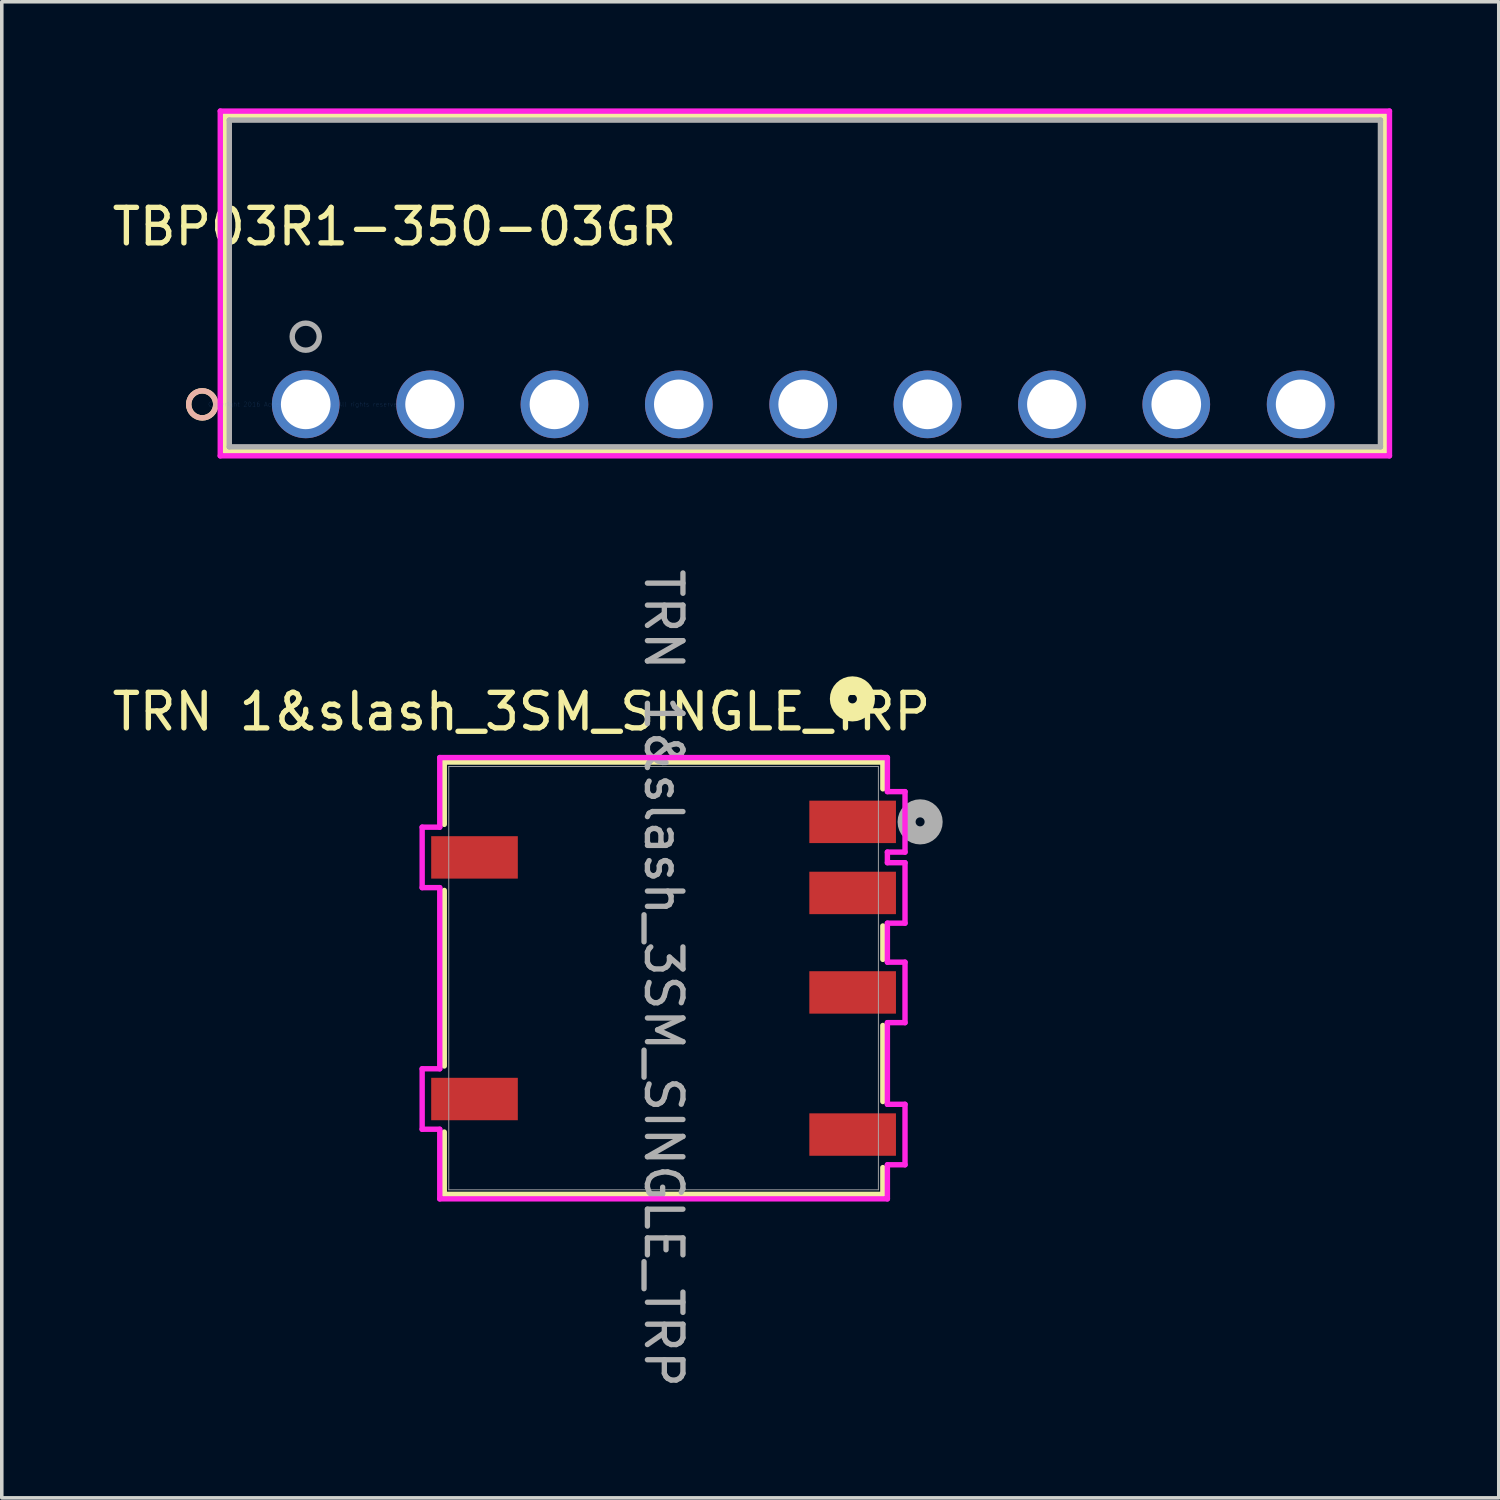
<source format=kicad_pcb>
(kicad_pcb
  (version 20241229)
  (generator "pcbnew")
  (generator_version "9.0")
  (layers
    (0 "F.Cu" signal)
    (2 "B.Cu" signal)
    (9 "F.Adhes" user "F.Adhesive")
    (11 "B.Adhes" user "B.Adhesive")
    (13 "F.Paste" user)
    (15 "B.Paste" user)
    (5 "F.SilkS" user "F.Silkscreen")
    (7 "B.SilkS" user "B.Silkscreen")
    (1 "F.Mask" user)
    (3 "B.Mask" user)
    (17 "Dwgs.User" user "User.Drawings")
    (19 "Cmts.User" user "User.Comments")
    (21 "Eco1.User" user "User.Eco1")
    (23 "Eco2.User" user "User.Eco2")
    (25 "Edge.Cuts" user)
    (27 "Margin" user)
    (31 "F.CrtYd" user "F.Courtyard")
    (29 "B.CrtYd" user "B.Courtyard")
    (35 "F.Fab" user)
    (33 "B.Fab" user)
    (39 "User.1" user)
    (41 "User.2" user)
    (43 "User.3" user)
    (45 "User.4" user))
  (footprint "TBP03R1-350-03GR"
    (layer "F.Cu")
    (at 5.554 8.33)
    (property "Reference" "TBP03R1-350-03GR" (at 2.5 -5 0) (layer "F.SilkS") (effects (font (size 1 1) (thickness 0.15))))
    (attr through_hole)
    (fp_line (start -2.278 -8.127) (end -2.278 1.322) (stroke (width 0.152) (type solid)) (layer "F.SilkS"))
    (fp_line (start -2.278 1.322) (end 30.373 1.322) (stroke (width 0.152) (type solid)) (layer "F.SilkS"))
    (fp_line (start 30.373 -8.127) (end -2.278 -8.127) (stroke (width 0.152) (type solid)) (layer "F.SilkS"))
    (fp_line (start 30.373 1.322) (end 30.373 -8.127) (stroke (width 0.152) (type solid)) (layer "F.SilkS"))
    (fp_circle (center -2.913 0) (end -2.532 0) (stroke (width 0.152) (type solid)) (fill no) (layer "F.SilkS"))
    (fp_circle (center -2.913 0) (end -2.532 0) (stroke (width 0.152) (type solid)) (fill no) (layer "B.SilkS"))
    (fp_line (start -2.405 -8.254) (end -2.405 1.449) (stroke (width 0.152) (type solid)) (layer "F.CrtYd"))
    (fp_line (start -2.405 1.449) (end 30.5 1.449) (stroke (width 0.152) (type solid)) (layer "F.CrtYd"))
    (fp_line (start 30.5 -8.254) (end -2.405 -8.254) (stroke (width 0.152) (type solid)) (layer "F.CrtYd"))
    (fp_line (start 30.5 1.449) (end 30.5 -8.254) (stroke (width 0.152) (type solid)) (layer "F.CrtYd"))
    (fp_line (start -2.151 -8) (end -2.151 1.195) (stroke (width 0.152) (type solid)) (layer "F.Fab"))
    (fp_line (start -2.151 1.195) (end 30.246 1.195) (stroke (width 0.152) (type solid)) (layer "F.Fab"))
    (fp_line (start 30.246 -8) (end -2.151 -8) (stroke (width 0.152) (type solid)) (layer "F.Fab"))
    (fp_line (start 30.246 1.195) (end 30.246 -8) (stroke (width 0.152) (type solid)) (layer "F.Fab"))
    (fp_circle (center 0 -1.905) (end 0.381 -1.905) (stroke (width 0.152) (type solid)) (fill no) (layer "F.Fab"))
    (fp_text user "Copyright 2016 Accelerated Designs. All rights reserved." (at 0 0 0) (layer "Cmts.User") (effects (font (size 0.127 0.127) (thickness 0.002))))
    (pad "1" thru_hole circle (at 0 0) (size 1.905 1.905) (drill 1.397) (layers "*.Cu" "*.Mask"))
    (pad "2" thru_hole circle (at 3.5 0) (size 1.905 1.905) (drill 1.397) (layers "*.Cu" "*.Mask"))
    (pad "3" thru_hole circle (at 7 0) (size 1.905 1.905) (drill 1.397) (layers "*.Cu" "*.Mask"))
    (pad "4" thru_hole circle (at 10.5 0) (size 1.905 1.905) (drill 1.397) (layers "*.Cu" "*.Mask"))
    (pad "5" thru_hole circle (at 14 0) (size 1.905 1.905) (drill 1.397) (layers "*.Cu" "*.Mask"))
    (pad "6" thru_hole circle (at 17.5 0) (size 1.905 1.905) (drill 1.397) (layers "*.Cu" "*.Mask"))
    (pad "7" thru_hole circle (at 21 0) (size 1.905 1.905) (drill 1.397) (layers "*.Cu" "*.Mask"))
    (pad "8" thru_hole circle (at 24.5 0) (size 1.905 1.905) (drill 1.397) (layers "*.Cu" "*.Mask"))
    (pad "9" thru_hole circle (at 28 0) (size 1.905 1.905) (drill 1.397) (layers "*.Cu" "*.Mask")))
  (footprint "TRN 1&slash_3SM_SINGLE_TRP"
    (layer "F.Cu")
    (at 17.125 23.98)
    (property "Reference" "TRN 1&slash_3SM_SINGLE_TRP" (at -5.5 -7 0) (unlocked yes) (layer "F.SilkS") (effects (font (size 1 1) (thickness 0.15))))
    (attr smd)
    (fp_line (start -7.672 -5.583) (end 4.672 -5.583) (stroke (width 0.152) (type solid)) (layer "F.SilkS"))
    (fp_line (start -7.672 -3.83) (end -7.672 -5.583) (stroke (width 0.152) (type solid)) (layer "F.SilkS"))
    (fp_line (start -7.672 2.97) (end -7.672 -1.97) (stroke (width 0.152) (type solid)) (layer "F.SilkS"))
    (fp_line (start -7.672 6.583) (end -7.672 4.83) (stroke (width 0.152) (type solid)) (layer "F.SilkS"))
    (fp_line (start 4.672 -5.583) (end 4.672 -4.83) (stroke (width 0.152) (type solid)) (layer "F.SilkS"))
    (fp_line (start 4.672 -0.97) (end 4.672 -0.03) (stroke (width 0.152) (type solid)) (layer "F.SilkS"))
    (fp_line (start 4.672 1.83) (end 4.672 3.97) (stroke (width 0.152) (type solid)) (layer "F.SilkS"))
    (fp_line (start 4.672 5.83) (end 4.672 6.583) (stroke (width 0.152) (type solid)) (layer "F.SilkS"))
    (fp_line (start 4.672 6.583) (end -7.672 6.583) (stroke (width 0.152) (type solid)) (layer "F.SilkS"))
    (fp_circle (center 3.815 -7.361) (end 3.815 -6.98) (stroke (width 0.508) (type solid)) (fill no) (layer "F.SilkS"))
    (fp_line (start -8.294 -3.751) (end -8.294 -2.049) (stroke (width 0.152) (type solid)) (layer "F.CrtYd"))
    (fp_line (start -8.294 -2.049) (end -7.799 -2.049) (stroke (width 0.152) (type solid)) (layer "F.CrtYd"))
    (fp_line (start -8.294 3.049) (end -8.294 4.751) (stroke (width 0.152) (type solid)) (layer "F.CrtYd"))
    (fp_line (start -8.294 4.751) (end -7.799 4.751) (stroke (width 0.152) (type solid)) (layer "F.CrtYd"))
    (fp_line (start -7.799 -5.71) (end -7.799 -3.751) (stroke (width 0.152) (type solid)) (layer "F.CrtYd"))
    (fp_line (start -7.799 -3.751) (end -8.294 -3.751) (stroke (width 0.152) (type solid)) (layer "F.CrtYd"))
    (fp_line (start -7.799 -2.049) (end -7.799 3.049) (stroke (width 0.152) (type solid)) (layer "F.CrtYd"))
    (fp_line (start -7.799 3.049) (end -8.294 3.049) (stroke (width 0.152) (type solid)) (layer "F.CrtYd"))
    (fp_line (start -7.799 4.751) (end -7.799 6.71) (stroke (width 0.152) (type solid)) (layer "F.CrtYd"))
    (fp_line (start -7.799 6.71) (end 4.799 6.71) (stroke (width 0.152) (type solid)) (layer "F.CrtYd"))
    (fp_line (start 4.799 -5.71) (end -7.799 -5.71) (stroke (width 0.152) (type solid)) (layer "F.CrtYd"))
    (fp_line (start 4.799 -4.751) (end 4.799 -5.71) (stroke (width 0.152) (type solid)) (layer "F.CrtYd"))
    (fp_line (start 4.799 -3.049) (end 5.295 -3.049) (stroke (width 0.152) (type solid)) (layer "F.CrtYd"))
    (fp_line (start 4.799 -2.751) (end 4.799 -3.049) (stroke (width 0.152) (type solid)) (layer "F.CrtYd"))
    (fp_line (start 4.799 -1.049) (end 5.295 -1.049) (stroke (width 0.152) (type solid)) (layer "F.CrtYd"))
    (fp_line (start 4.799 0.049) (end 4.799 -1.049) (stroke (width 0.152) (type solid)) (layer "F.CrtYd"))
    (fp_line (start 4.799 1.751) (end 5.295 1.751) (stroke (width 0.152) (type solid)) (layer "F.CrtYd"))
    (fp_line (start 4.799 4.049) (end 4.799 1.751) (stroke (width 0.152) (type solid)) (layer "F.CrtYd"))
    (fp_line (start 4.799 5.751) (end 5.295 5.751) (stroke (width 0.152) (type solid)) (layer "F.CrtYd"))
    (fp_line (start 4.799 6.71) (end 4.799 5.751) (stroke (width 0.152) (type solid)) (layer "F.CrtYd"))
    (fp_line (start 5.295 -4.751) (end 4.799 -4.751) (stroke (width 0.152) (type solid)) (layer "F.CrtYd"))
    (fp_line (start 5.295 -3.049) (end 5.295 -4.751) (stroke (width 0.152) (type solid)) (layer "F.CrtYd"))
    (fp_line (start 5.295 -2.751) (end 4.799 -2.751) (stroke (width 0.152) (type solid)) (layer "F.CrtYd"))
    (fp_line (start 5.295 -1.049) (end 5.295 -2.751) (stroke (width 0.152) (type solid)) (layer "F.CrtYd"))
    (fp_line (start 5.295 0.049) (end 4.799 0.049) (stroke (width 0.152) (type solid)) (layer "F.CrtYd"))
    (fp_line (start 5.295 1.751) (end 5.295 0.049) (stroke (width 0.152) (type solid)) (layer "F.CrtYd"))
    (fp_line (start 5.295 4.049) (end 4.799 4.049) (stroke (width 0.152) (type solid)) (layer "F.CrtYd"))
    (fp_line (start 5.295 5.751) (end 5.295 4.049) (stroke (width 0.152) (type solid)) (layer "F.CrtYd"))
    (fp_line (start -7.545 -5.456) (end -7.545 6.456) (stroke (width 0.025) (type solid)) (layer "F.Fab"))
    (fp_line (start -7.545 6.456) (end 4.545 6.456) (stroke (width 0.025) (type solid)) (layer "F.Fab"))
    (fp_line (start 4.545 -5.456) (end -7.545 -5.456) (stroke (width 0.025) (type solid)) (layer "F.Fab"))
    (fp_line (start 4.545 6.456) (end 4.545 -5.456) (stroke (width 0.025) (type solid)) (layer "F.Fab"))
    (fp_circle (center 5.72 -3.9) (end 5.72 -3.519) (stroke (width 0.508) (type solid)) (fill no) (layer "F.Fab"))
    (fp_text user "${REFERENCE}" (at -1.5 0.5 270) (unlocked yes) (layer "F.Fab") (effects (font (size 1 1) (thickness 0.15))))
    (pad "1" smd rect (at 3.821 -3.9 270) (size 1.194 2.438) (layers "F.Cu" "F.Mask" "F.Paste"))
    (pad "2" smd rect (at 3.821 -1.9 270) (size 1.194 2.438) (layers "F.Cu" "F.Mask" "F.Paste"))
    (pad "3" smd rect (at 3.821 0.9 270) (size 1.194 2.438) (layers "F.Cu" "F.Mask" "F.Paste"))
    (pad "5" smd rect (at 3.821 4.9 270) (size 1.194 2.438) (layers "F.Cu" "F.Mask" "F.Paste"))
    (pad "6" smd rect (at -6.821 -2.9 270) (size 1.194 2.438) (layers "F.Cu" "F.Mask" "F.Paste"))
    (pad "7" smd rect (at -6.821 3.9 270) (size 1.194 2.438) (layers "F.Cu" "F.Mask" "F.Paste")))
  (gr_rect
    (start -3 -3)
    (end 39.13 39.105)
    (stroke (width 0.1) (type default))
    (fill no)
    (layer "Edge.Cuts")))
</source>
